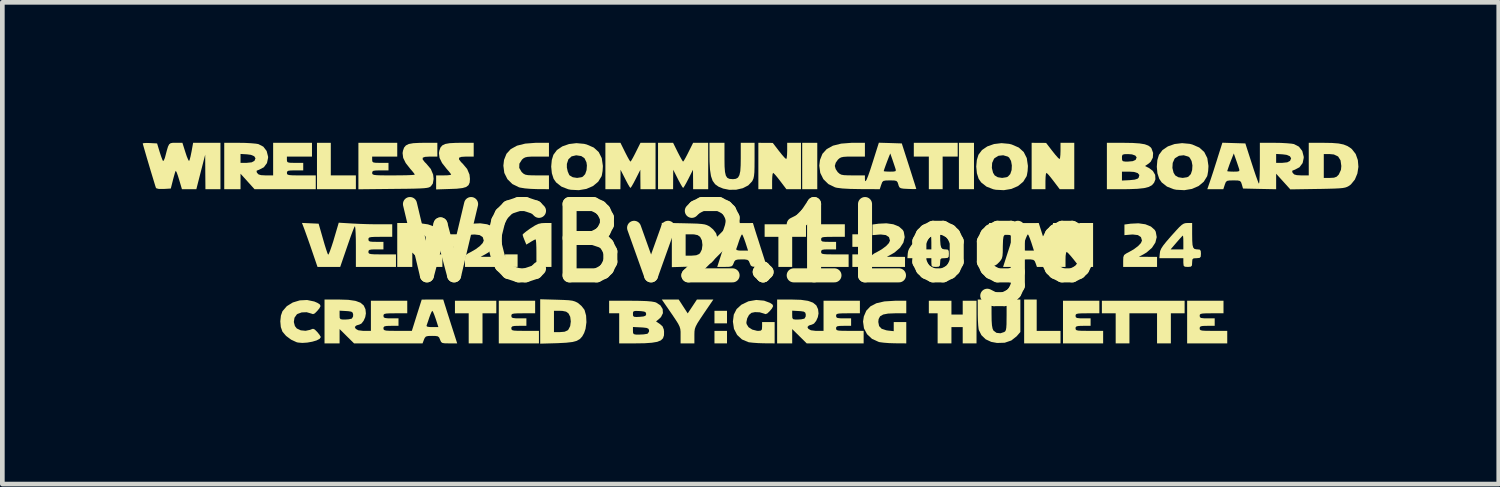
<source format=kicad_pcb>
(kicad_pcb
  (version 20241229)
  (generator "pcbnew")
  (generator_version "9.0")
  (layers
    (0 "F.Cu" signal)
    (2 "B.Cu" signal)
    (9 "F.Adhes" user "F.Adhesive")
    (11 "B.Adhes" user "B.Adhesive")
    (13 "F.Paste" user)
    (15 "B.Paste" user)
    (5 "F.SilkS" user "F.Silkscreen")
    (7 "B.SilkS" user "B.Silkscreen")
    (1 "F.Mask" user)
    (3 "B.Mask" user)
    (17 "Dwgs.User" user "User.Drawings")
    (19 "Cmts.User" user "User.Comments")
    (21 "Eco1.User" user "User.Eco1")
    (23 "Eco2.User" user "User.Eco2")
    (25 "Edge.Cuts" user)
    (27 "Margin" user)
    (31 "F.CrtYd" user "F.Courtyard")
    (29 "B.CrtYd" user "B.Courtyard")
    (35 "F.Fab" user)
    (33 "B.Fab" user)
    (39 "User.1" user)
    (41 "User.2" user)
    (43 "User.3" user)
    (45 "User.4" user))
  (footprint "WCBv2.1Logo"
    (layer "F.Cu")
    (at 12.968 2.145)
    (property "Reference" "WCBv2.1Logo" (at 0 0 0) (layer "F.SilkS") (effects (font (size 1.524 1.524) (thickness 0.3))))
    (attr board_only exclude_from_pos_files exclude_from_bom)
    (fp_poly (pts (xy -6.216 0.08) (xy -6.484 0.08) (xy -6.484 -0.188) (xy -6.216 -0.188)) (stroke (width 0) (type solid)) (fill yes) (layer "F.SilkS"))
    (fp_poly (pts (xy -6.216 0.509) (xy -6.484 0.509) (xy -6.484 0.241) (xy -6.216 0.241)) (stroke (width 0) (type solid)) (fill yes) (layer "F.SilkS"))
    (fp_poly (pts (xy -4.957 0.509) (xy -5.225 0.509) (xy -5.225 0.241) (xy -4.957 0.241)) (stroke (width 0) (type solid)) (fill yes) (layer "F.SilkS"))
    (fp_poly (pts (xy -0.482 1.715) (xy -0.75 1.715) (xy -0.75 1.447) (xy -0.482 1.447)) (stroke (width 0) (type solid)) (fill yes) (layer "F.SilkS"))
    (fp_poly (pts (xy -0.482 2.143) (xy -0.75 2.143) (xy -0.75 1.876) (xy -0.482 1.876)) (stroke (width 0) (type solid)) (fill yes) (layer "F.SilkS"))
    (fp_poly (pts (xy 1.447 -1.152) (xy 1.125 -1.152) (xy 1.125 -2.143) (xy 1.447 -2.143)) (stroke (width 0) (type solid)) (fill yes) (layer "F.SilkS"))
    (fp_poly (pts (xy 2.465 0.08) (xy 2.197 0.08) (xy 2.197 -0.188) (xy 2.465 -0.188)) (stroke (width 0) (type solid)) (fill yes) (layer "F.SilkS"))
    (fp_poly (pts (xy 2.465 0.509) (xy 2.197 0.509) (xy 2.197 0.241) (xy 2.465 0.241)) (stroke (width 0) (type solid)) (fill yes) (layer "F.SilkS"))
    (fp_poly (pts (xy 4.796 -1.152) (xy 4.474 -1.152) (xy 4.474 -2.143) (xy 4.796 -2.143)) (stroke (width 0) (type solid)) (fill yes) (layer "F.SilkS"))
    (fp_poly (pts (xy -8.949 -1.447) (xy -8.413 -1.447) (xy -8.413 -1.152) (xy -9.244 -1.152) (xy -9.244 -2.143) (xy -8.949 -2.143)) (stroke (width 0) (type solid)) (fill yes) (layer "F.SilkS"))
    (fp_poly (pts (xy 6.136 1.876) (xy 6.645 1.876) (xy 6.645 2.143) (xy 5.868 2.143) (xy 5.868 1.206) (xy 6.136 1.206)) (stroke (width 0) (type solid)) (fill yes) (layer "F.SilkS"))
    (fp_poly (pts (xy -5.412 1.5) (xy -5.707 1.5) (xy -5.707 2.143) (xy -6.002 2.143) (xy -6.002 1.5) (xy -6.296 1.5) (xy -6.296 1.232) (xy -5.412 1.232)) (stroke (width 0) (type solid)) (fill yes) (layer "F.SilkS"))
    (fp_poly (pts (xy 1.206 -0.134) (xy 0.911 -0.134) (xy 0.911 0.509) (xy 0.616 0.509) (xy 0.616 -0.134) (xy 0.322 -0.134) (xy 0.322 -0.402) (xy 1.206 -0.402)) (stroke (width 0) (type solid)) (fill yes) (layer "F.SilkS"))
    (fp_poly (pts (xy 4.448 -1.849) (xy 4.126 -1.849) (xy 4.126 -1.152) (xy 3.831 -1.152) (xy 3.831 -1.849) (xy 3.51 -1.849) (xy 3.51 -2.143) (xy 4.448 -2.143)) (stroke (width 0) (type solid)) (fill yes) (layer "F.SilkS"))
    (fp_poly (pts (xy 9.297 1.5) (xy 9.003 1.5) (xy 9.003 2.143) (xy 8.708 2.143) (xy 8.708 1.5) (xy 8.118 1.5) (xy 8.118 2.143) (xy 7.824 2.143) (xy 7.824 1.5) (xy 7.529 1.5) (xy 7.529 1.232) (xy 9.297 1.232)) (stroke (width 0) (type solid)) (fill yes) (layer "F.SilkS"))
    (fp_poly (pts (xy 4.314 1.527) (xy 4.555 1.527) (xy 4.555 1.232) (xy 4.85 1.232) (xy 4.85 2.143) (xy 4.555 2.143) (xy 4.555 1.795) (xy 4.314 1.795) (xy 4.314 2.143) (xy 4.019 2.143) (xy 4.019 1.5) (xy 3.831 1.5) (xy 3.831 1.232) (xy 4.314 1.232)) (stroke (width 0) (type solid)) (fill yes) (layer "F.SilkS"))
    (fp_poly (pts (xy -4.233 0.509) (xy -4.555 0.509) (xy -4.555 0.214) (xy -4.556 0.096) (xy -4.56 0.000202) (xy -4.566 -0.062) (xy -4.572 -0.08) (xy -4.603 -0.068) (xy -4.661 -0.035) (xy -4.679 -0.024) (xy -4.77 0.032) (xy -4.81 -0.064) (xy -4.836 -0.13) (xy -4.849 -0.175) (xy -4.85 -0.18) (xy -4.829 -0.204) (xy -4.774 -0.249) (xy -4.697 -0.305) (xy -4.682 -0.315) (xy -4.586 -0.376) (xy -4.513 -0.411) (xy -4.443 -0.426) (xy -4.374 -0.429) (xy -4.233 -0.429)) (stroke (width 0) (type solid)) (fill yes) (layer "F.SilkS"))
    (fp_poly (pts (xy 1.099 -1.152) (xy 0.787 -1.152) (xy 0.655 -1.326) (xy 0.592 -1.407) (xy 0.54 -1.468) (xy 0.507 -1.499) (xy 0.503 -1.5) (xy 0.492 -1.476) (xy 0.485 -1.412) (xy 0.482 -1.326) (xy 0.482 -1.152) (xy 0.188 -1.152) (xy 0.188 -2.143) (xy 0.496 -2.141) (xy 0.629 -1.968) (xy 0.693 -1.888) (xy 0.746 -1.828) (xy 0.779 -1.797) (xy 0.783 -1.795) (xy 0.794 -1.82) (xy 0.801 -1.884) (xy 0.804 -1.969) (xy 0.804 -2.143) (xy 1.099 -2.143)) (stroke (width 0) (type solid)) (fill yes) (layer "F.SilkS"))
    (fp_poly (pts (xy 6.939 -1.152) (xy 6.628 -1.152) (xy 6.496 -1.326) (xy 6.433 -1.407) (xy 6.381 -1.468) (xy 6.348 -1.499) (xy 6.344 -1.5) (xy 6.333 -1.476) (xy 6.326 -1.412) (xy 6.323 -1.326) (xy 6.323 -1.152) (xy 6.028 -1.152) (xy 6.028 -2.143) (xy 6.183 -2.142) (xy 6.337 -2.141) (xy 6.47 -1.968) (xy 6.534 -1.888) (xy 6.587 -1.828) (xy 6.62 -1.797) (xy 6.624 -1.795) (xy 6.635 -1.82) (xy 6.642 -1.884) (xy 6.645 -1.969) (xy 6.645 -2.143) (xy 6.939 -2.143)) (stroke (width 0) (type solid)) (fill yes) (layer "F.SilkS"))
    (fp_poly (pts (xy -0.977 1.504) (xy -1.058 1.625) (xy -1.114 1.712) (xy -1.149 1.778) (xy -1.169 1.833) (xy -1.177 1.887) (xy -1.179 1.953) (xy -1.179 1.973) (xy -1.179 2.143) (xy -1.474 2.143) (xy -1.474 1.967) (xy -1.474 1.894) (xy -1.48 1.836) (xy -1.496 1.783) (xy -1.526 1.722) (xy -1.576 1.643) (xy -1.649 1.534) (xy -1.674 1.498) (xy -1.875 1.206) (xy -1.694 1.206) (xy -1.514 1.206) (xy -1.418 1.354) (xy -1.322 1.502) (xy -1.223 1.354) (xy -1.125 1.206) (xy -0.774 1.206)) (stroke (width 0) (type solid)) (fill yes) (layer "F.SilkS"))
    (fp_poly (pts (xy -4.582 1.5) (xy -4.836 1.5) (xy -4.954 1.501) (xy -5.029 1.505) (xy -5.07 1.514) (xy -5.087 1.53) (xy -5.091 1.554) (xy -5.085 1.584) (xy -5.059 1.6) (xy -5.001 1.607) (xy -4.93 1.608) (xy -4.769 1.608) (xy -4.769 1.768) (xy -4.93 1.768) (xy -5.02 1.77) (xy -5.068 1.779) (xy -5.088 1.798) (xy -5.091 1.822) (xy -5.087 1.845) (xy -5.071 1.861) (xy -5.032 1.87) (xy -4.962 1.874) (xy -4.852 1.875) (xy -4.796 1.876) (xy -4.501 1.876) (xy -4.501 2.143) (xy -5.359 2.143) (xy -5.359 1.232) (xy -4.582 1.232)) (stroke (width 0) (type solid)) (fill yes) (layer "F.SilkS"))
    (fp_poly (pts (xy 2.036 -0.134) (xy 1.782 -0.134) (xy 1.663 -0.133) (xy 1.589 -0.129) (xy 1.548 -0.12) (xy 1.531 -0.104) (xy 1.527 -0.08) (xy 1.533 -0.05) (xy 1.559 -0.034) (xy 1.617 -0.028) (xy 1.688 -0.027) (xy 1.849 -0.027) (xy 1.849 0.134) (xy 1.688 0.134) (xy 1.598 0.136) (xy 1.55 0.145) (xy 1.53 0.164) (xy 1.527 0.188) (xy 1.531 0.211) (xy 1.547 0.226) (xy 1.586 0.235) (xy 1.656 0.24) (xy 1.766 0.241) (xy 1.822 0.241) (xy 2.117 0.241) (xy 2.117 0.509) (xy 1.259 0.509) (xy 1.259 -0.402) (xy 2.036 -0.402)) (stroke (width 0) (type solid)) (fill yes) (layer "F.SilkS"))
    (fp_poly (pts (xy 7.475 1.5) (xy 7.221 1.5) (xy 7.102 1.501) (xy 7.028 1.505) (xy 6.987 1.514) (xy 6.97 1.53) (xy 6.966 1.554) (xy 6.972 1.584) (xy 6.998 1.6) (xy 7.056 1.607) (xy 7.127 1.608) (xy 7.288 1.608) (xy 7.288 1.768) (xy 7.127 1.768) (xy 7.037 1.77) (xy 6.989 1.779) (xy 6.969 1.798) (xy 6.966 1.822) (xy 6.97 1.845) (xy 6.986 1.861) (xy 7.025 1.87) (xy 7.095 1.874) (xy 7.205 1.875) (xy 7.261 1.876) (xy 7.556 1.876) (xy 7.556 2.143) (xy 6.698 2.143) (xy 6.698 1.232) (xy 7.475 1.232)) (stroke (width 0) (type solid)) (fill yes) (layer "F.SilkS"))
    (fp_poly (pts (xy 10.128 1.5) (xy 9.873 1.5) (xy 9.755 1.501) (xy 9.68 1.505) (xy 9.639 1.514) (xy 9.622 1.53) (xy 9.619 1.554) (xy 9.625 1.584) (xy 9.65 1.6) (xy 9.708 1.607) (xy 9.78 1.608) (xy 9.94 1.608) (xy 9.94 1.768) (xy 9.78 1.768) (xy 9.69 1.77) (xy 9.641 1.779) (xy 9.622 1.798) (xy 9.619 1.822) (xy 9.622 1.845) (xy 9.639 1.861) (xy 9.677 1.87) (xy 9.747 1.874) (xy 9.858 1.875) (xy 9.914 1.876) (xy 10.208 1.876) (xy 10.208 2.143) (xy 9.351 2.143) (xy 9.351 1.232) (xy 10.128 1.232)) (stroke (width 0) (type solid)) (fill yes) (layer "F.SilkS"))
    (fp_poly (pts (xy -5.608 -0.402) (xy -5.49 -0.354) (xy -5.408 -0.282) (xy -5.386 -0.243) (xy -5.366 -0.128) (xy -5.394 -0.011) (xy -5.467 0.101) (xy -5.581 0.2) (xy -5.652 0.242) (xy -5.747 0.292) (xy -5.359 0.295) (xy -5.359 0.509) (xy -6.082 0.509) (xy -6.082 0.38) (xy -6.079 0.301) (xy -6.062 0.255) (xy -6.018 0.222) (xy -5.967 0.196) (xy -5.857 0.133) (xy -5.765 0.065) (xy -5.703 -0.000488) (xy -5.68 -0.054) (xy -5.702 -0.128) (xy -5.768 -0.171) (xy -5.876 -0.184) (xy -5.913 -0.182) (xy -6.055 -0.17) (xy -6.055 -0.397) (xy -5.922 -0.415) (xy -5.755 -0.423)) (stroke (width 0) (type solid)) (fill yes) (layer "F.SilkS"))
    (fp_poly (pts (xy -2.66 -1.943) (xy -2.613 -1.851) (xy -2.574 -1.781) (xy -2.549 -1.744) (xy -2.545 -1.742) (xy -2.527 -1.764) (xy -2.493 -1.823) (xy -2.448 -1.909) (xy -2.431 -1.943) (xy -2.331 -2.143) (xy -2.009 -2.143) (xy -2.009 -1.152) (xy -2.331 -1.152) (xy -2.333 -1.36) (xy -2.334 -1.567) (xy -2.432 -1.373) (xy -2.479 -1.283) (xy -2.518 -1.215) (xy -2.542 -1.181) (xy -2.545 -1.179) (xy -2.564 -1.201) (xy -2.599 -1.26) (xy -2.644 -1.345) (xy -2.658 -1.373) (xy -2.757 -1.567) (xy -2.758 -1.36) (xy -2.76 -1.152) (xy -3.081 -1.152) (xy -3.081 -2.143) (xy -2.759 -2.143)) (stroke (width 0) (type solid)) (fill yes) (layer "F.SilkS"))
    (fp_poly (pts (xy -1.535 -1.943) (xy -1.487 -1.851) (xy -1.448 -1.781) (xy -1.424 -1.744) (xy -1.42 -1.742) (xy -1.402 -1.764) (xy -1.368 -1.823) (xy -1.323 -1.909) (xy -1.306 -1.943) (xy -1.206 -2.143) (xy -0.884 -2.143) (xy -0.884 -1.152) (xy -1.206 -1.152) (xy -1.207 -1.36) (xy -1.209 -1.567) (xy -1.307 -1.373) (xy -1.354 -1.283) (xy -1.393 -1.215) (xy -1.417 -1.181) (xy -1.42 -1.179) (xy -1.438 -1.201) (xy -1.473 -1.26) (xy -1.519 -1.345) (xy -1.533 -1.373) (xy -1.631 -1.567) (xy -1.633 -1.36) (xy -1.634 -1.152) (xy -1.956 -1.152) (xy -1.956 -2.143) (xy -1.634 -2.143)) (stroke (width 0) (type solid)) (fill yes) (layer "F.SilkS"))
    (fp_poly (pts (xy 3.073 -0.402) (xy 3.192 -0.354) (xy 3.273 -0.282) (xy 3.295 -0.243) (xy 3.315 -0.128) (xy 3.287 -0.011) (xy 3.214 0.101) (xy 3.1 0.2) (xy 3.029 0.242) (xy 2.934 0.292) (xy 3.322 0.295) (xy 3.322 0.509) (xy 2.599 0.509) (xy 2.599 0.38) (xy 2.602 0.301) (xy 2.619 0.255) (xy 2.663 0.222) (xy 2.714 0.196) (xy 2.824 0.133) (xy 2.916 0.065) (xy 2.978 -0.000488) (xy 3.001 -0.054) (xy 2.979 -0.128) (xy 2.913 -0.171) (xy 2.805 -0.184) (xy 2.768 -0.182) (xy 2.626 -0.17) (xy 2.626 -0.397) (xy 2.759 -0.415) (xy 2.926 -0.423)) (stroke (width 0) (type solid)) (fill yes) (layer "F.SilkS"))
    (fp_poly (pts (xy 8.459 -0.402) (xy 8.577 -0.354) (xy 8.658 -0.282) (xy 8.68 -0.243) (xy 8.701 -0.128) (xy 8.672 -0.011) (xy 8.599 0.101) (xy 8.485 0.2) (xy 8.415 0.242) (xy 8.319 0.292) (xy 8.708 0.295) (xy 8.708 0.509) (xy 7.984 0.509) (xy 7.984 0.38) (xy 7.987 0.301) (xy 8.004 0.255) (xy 8.049 0.222) (xy 8.099 0.196) (xy 8.21 0.133) (xy 8.301 0.065) (xy 8.363 -0.000488) (xy 8.386 -0.054) (xy 8.364 -0.128) (xy 8.299 -0.171) (xy 8.19 -0.184) (xy 8.154 -0.182) (xy 8.011 -0.17) (xy 8.011 -0.397) (xy 8.145 -0.415) (xy 8.312 -0.423)) (stroke (width 0) (type solid)) (fill yes) (layer "F.SilkS"))
    (fp_poly (pts (xy 3.349 1.5) (xy 3.111 1.5) (xy 2.96 1.506) (xy 2.856 1.526) (xy 2.79 1.564) (xy 2.758 1.623) (xy 2.751 1.685) (xy 2.768 1.773) (xy 2.823 1.831) (xy 2.921 1.863) (xy 2.958 1.869) (xy 3.081 1.882) (xy 3.081 1.688) (xy 3.349 1.688) (xy 3.349 2.143) (xy 3.101 2.141) (xy 2.979 2.137) (xy 2.866 2.128) (xy 2.782 2.117) (xy 2.761 2.112) (xy 2.617 2.047) (xy 2.511 1.947) (xy 2.445 1.821) (xy 2.425 1.677) (xy 2.442 1.567) (xy 2.495 1.444) (xy 2.584 1.351) (xy 2.711 1.285) (xy 2.881 1.246) (xy 3.095 1.233) (xy 3.113 1.232) (xy 3.349 1.232)) (stroke (width 0) (type solid)) (fill yes) (layer "F.SilkS"))
    (fp_poly (pts (xy 5.171 1.508) (xy 5.173 1.655) (xy 5.18 1.757) (xy 5.193 1.826) (xy 5.212 1.869) (xy 5.213 1.87) (xy 5.277 1.918) (xy 5.362 1.927) (xy 5.441 1.901) (xy 5.463 1.885) (xy 5.477 1.858) (xy 5.486 1.81) (xy 5.491 1.732) (xy 5.492 1.614) (xy 5.493 1.54) (xy 5.493 1.206) (xy 5.787 1.206) (xy 5.787 1.9) (xy 5.707 1.992) (xy 5.594 2.081) (xy 5.453 2.129) (xy 5.289 2.134) (xy 5.164 2.111) (xy 5.046 2.056) (xy 4.954 1.967) (xy 4.899 1.856) (xy 4.894 1.83) (xy 4.886 1.758) (xy 4.88 1.65) (xy 4.877 1.526) (xy 4.877 1.467) (xy 4.876 1.206) (xy 5.171 1.206)) (stroke (width 0) (type solid)) (fill yes) (layer "F.SilkS"))
    (fp_poly (pts (xy 5.466 -0.295) (xy 5.461 -0.218) (xy 5.449 -0.17) (xy 5.439 -0.161) (xy 5.426 -0.135) (xy 5.417 -0.065) (xy 5.413 0.04) (xy 5.412 0.08) (xy 5.411 0.197) (xy 5.405 0.274) (xy 5.392 0.327) (xy 5.367 0.369) (xy 5.335 0.407) (xy 5.287 0.454) (xy 5.238 0.482) (xy 5.17 0.496) (xy 5.081 0.504) (xy 4.903 0.515) (xy 4.903 0.378) (xy 4.906 0.297) (xy 4.917 0.256) (xy 4.942 0.242) (xy 4.959 0.241) (xy 5.029 0.228) (xy 5.066 0.213) (xy 5.088 0.196) (xy 5.103 0.168) (xy 5.112 0.117) (xy 5.116 0.035) (xy 5.117 -0.089) (xy 5.118 -0.122) (xy 5.118 -0.429) (xy 5.466 -0.429)) (stroke (width 0) (type solid)) (fill yes) (layer "F.SilkS"))
    (fp_poly (pts (xy -4.287 -1.849) (xy -4.543 -1.849) (xy -4.664 -1.848) (xy -4.744 -1.843) (xy -4.796 -1.831) (xy -4.834 -1.81) (xy -4.864 -1.783) (xy -4.919 -1.697) (xy -4.922 -1.607) (xy -4.872 -1.521) (xy -4.864 -1.513) (xy -4.829 -1.482) (xy -4.79 -1.462) (xy -4.735 -1.452) (xy -4.649 -1.448) (xy -4.543 -1.447) (xy -4.287 -1.447) (xy -4.287 -1.152) (xy -4.548 -1.154) (xy -4.677 -1.159) (xy -4.799 -1.169) (xy -4.896 -1.185) (xy -4.926 -1.192) (xy -5.069 -1.262) (xy -5.175 -1.367) (xy -5.241 -1.5) (xy -5.261 -1.655) (xy -5.247 -1.777) (xy -5.195 -1.908) (xy -5.103 -2.009) (xy -4.97 -2.082) (xy -4.794 -2.126) (xy -4.573 -2.143) (xy -4.537 -2.143) (xy -4.287 -2.143)) (stroke (width 0) (type solid)) (fill yes) (layer "F.SilkS"))
    (fp_poly (pts (xy -5.895 -1.849) (xy -6.055 -1.849) (xy -6.157 -1.843) (xy -6.207 -1.825) (xy -6.209 -1.789) (xy -6.165 -1.731) (xy -6.133 -1.7) (xy -6.035 -1.584) (xy -5.985 -1.465) (xy -5.975 -1.372) (xy -5.981 -1.294) (xy -6.006 -1.238) (xy -6.055 -1.2) (xy -6.137 -1.176) (xy -6.259 -1.162) (xy -6.393 -1.157) (xy -6.698 -1.147) (xy -6.698 -1.447) (xy -6.538 -1.447) (xy -6.453 -1.449) (xy -6.395 -1.456) (xy -6.377 -1.464) (xy -6.393 -1.491) (xy -6.436 -1.544) (xy -6.472 -1.585) (xy -6.571 -1.711) (xy -6.625 -1.821) (xy -6.638 -1.924) (xy -6.629 -1.975) (xy -6.606 -2.041) (xy -6.567 -2.087) (xy -6.505 -2.118) (xy -6.41 -2.135) (xy -6.276 -2.142) (xy -6.183 -2.143) (xy -5.895 -2.143)) (stroke (width 0) (type solid)) (fill yes) (layer "F.SilkS"))
    (fp_poly (pts (xy -0.536 -1.799) (xy -0.534 -1.637) (xy -0.525 -1.521) (xy -0.507 -1.443) (xy -0.477 -1.396) (xy -0.431 -1.373) (xy -0.366 -1.367) (xy -0.354 -1.366) (xy -0.292 -1.374) (xy -0.247 -1.4) (xy -0.217 -1.453) (xy -0.198 -1.538) (xy -0.19 -1.664) (xy -0.188 -1.815) (xy -0.188 -2.143) (xy 0.107 -2.143) (xy 0.107 -1.775) (xy 0.106 -1.623) (xy 0.103 -1.513) (xy 0.095 -1.436) (xy 0.083 -1.381) (xy 0.064 -1.337) (xy 0.053 -1.318) (xy -0.028 -1.233) (xy -0.145 -1.173) (xy -0.285 -1.141) (xy -0.435 -1.139) (xy -0.564 -1.165) (xy -0.662 -1.205) (xy -0.735 -1.257) (xy -0.789 -1.331) (xy -0.824 -1.431) (xy -0.845 -1.567) (xy -0.855 -1.745) (xy -0.856 -1.855) (xy -0.857 -2.143) (xy -0.536 -2.143)) (stroke (width 0) (type solid)) (fill yes) (layer "F.SilkS"))
    (fp_poly (pts (xy -4.119 1.21) (xy -3.97 1.215) (xy -3.863 1.221) (xy -3.787 1.231) (xy -3.732 1.247) (xy -3.685 1.269) (xy -3.667 1.28) (xy -3.593 1.342) (xy -3.534 1.417) (xy -3.526 1.431) (xy -3.493 1.549) (xy -3.486 1.691) (xy -3.505 1.832) (xy -3.535 1.921) (xy -3.576 1.995) (xy -3.626 2.05) (xy -3.694 2.089) (xy -3.789 2.114) (xy -3.92 2.129) (xy -4.094 2.138) (xy -4.119 2.139) (xy -4.474 2.149) (xy -4.474 1.902) (xy -4.18 1.902) (xy -4.05 1.902) (xy -3.953 1.894) (xy -3.89 1.866) (xy -3.872 1.849) (xy -3.833 1.773) (xy -3.82 1.674) (xy -3.832 1.576) (xy -3.869 1.503) (xy -3.921 1.465) (xy -3.998 1.449) (xy -4.05 1.447) (xy -4.18 1.447) (xy -4.18 1.902) (xy -4.474 1.902) (xy -4.474 1.2)) (stroke (width 0) (type solid)) (fill yes) (layer "F.SilkS"))
    (fp_poly (pts (xy -1.413 -0.424) (xy -1.243 -0.42) (xy -1.117 -0.416) (xy -1.027 -0.409) (xy -0.962 -0.4) (xy -0.915 -0.386) (xy -0.875 -0.367) (xy -0.854 -0.355) (xy -0.779 -0.293) (xy -0.721 -0.218) (xy -0.713 -0.203) (xy -0.679 -0.085) (xy -0.673 0.056) (xy -0.692 0.198) (xy -0.722 0.286) (xy -0.763 0.361) (xy -0.813 0.416) (xy -0.881 0.454) (xy -0.976 0.48) (xy -1.106 0.495) (xy -1.28 0.504) (xy -1.306 0.504) (xy -1.661 0.514) (xy -1.661 0.268) (xy -1.366 0.268) (xy -1.237 0.268) (xy -1.139 0.26) (xy -1.077 0.232) (xy -1.058 0.214) (xy -1.02 0.138) (xy -1.007 0.04) (xy -1.019 -0.059) (xy -1.056 -0.131) (xy -1.108 -0.17) (xy -1.185 -0.186) (xy -1.237 -0.188) (xy -1.366 -0.188) (xy -1.366 0.268) (xy -1.661 0.268) (xy -1.661 -0.161) (xy -1.876 -0.161) (xy -1.876 -0.433)) (stroke (width 0) (type solid)) (fill yes) (layer "F.SilkS"))
    (fp_poly (pts (xy 0.31 1.23) (xy 0.435 1.276) (xy 0.489 1.311) (xy 0.504 1.346) (xy 0.479 1.396) (xy 0.434 1.45) (xy 0.381 1.502) (xy 0.343 1.518) (xy 0.302 1.504) (xy 0.301 1.504) (xy 0.217 1.479) (xy 0.115 1.475) (xy 0.041 1.49) (xy -0.012 1.535) (xy -0.051 1.609) (xy -0.068 1.692) (xy -0.064 1.729) (xy -0.022 1.797) (xy 0.057 1.848) (xy 0.158 1.874) (xy 0.186 1.876) (xy 0.241 1.87) (xy 0.264 1.844) (xy 0.268 1.782) (xy 0.268 1.688) (xy 0.536 1.688) (xy 0.536 2.143) (xy 0.301 2.141) (xy 0.182 2.137) (xy 0.072 2.129) (xy -0.008 2.12) (xy -0.024 2.117) (xy -0.162 2.059) (xy -0.266 1.962) (xy -0.333 1.833) (xy -0.356 1.677) (xy -0.356 1.676) (xy -0.337 1.528) (xy -0.277 1.41) (xy -0.175 1.317) (xy -0.024 1.244) (xy 0.143 1.215)) (stroke (width 0) (type solid)) (fill yes) (layer "F.SilkS"))
    (fp_poly (pts (xy -7.022 -0.422) (xy -6.871 -0.4) (xy -6.762 -0.361) (xy -6.692 -0.302) (xy -6.654 -0.221) (xy -6.645 -0.132) (xy -6.659 -0.051) (xy -6.694 0.027) (xy -6.741 0.085) (xy -6.787 0.108) (xy -6.837 0.121) (xy -6.857 0.132) (xy -6.883 0.166) (xy -6.865 0.199) (xy -6.81 0.226) (xy -6.727 0.24) (xy -6.695 0.241) (xy -6.564 0.241) (xy -6.564 0.509) (xy -6.898 0.509) (xy -7.053 0.356) (xy -7.207 0.203) (xy -7.207 0.509) (xy -7.529 0.509) (xy -7.529 -0.19) (xy -7.207 -0.19) (xy -7.207 -0.095) (xy -7.205 -0.036) (xy -7.186 -0.008) (xy -7.137 -0.001) (xy -7.094 -0.00041) (xy -7.014 -0.006) (xy -6.954 -0.019) (xy -6.944 -0.024) (xy -6.919 -0.065) (xy -6.917 -0.11) (xy -6.928 -0.148) (xy -6.958 -0.169) (xy -7.02 -0.179) (xy -7.067 -0.182) (xy -7.207 -0.19) (xy -7.529 -0.19) (xy -7.529 -0.429) (xy -7.22 -0.429)) (stroke (width 0) (type solid)) (fill yes) (layer "F.SilkS"))
    (fp_poly (pts (xy -9.302 1.248) (xy -9.237 1.276) (xy -9.183 1.311) (xy -9.168 1.346) (xy -9.194 1.396) (xy -9.239 1.45) (xy -9.291 1.502) (xy -9.329 1.518) (xy -9.371 1.504) (xy -9.371 1.504) (xy -9.465 1.477) (xy -9.571 1.481) (xy -9.661 1.514) (xy -9.675 1.524) (xy -9.725 1.595) (xy -9.739 1.686) (xy -9.716 1.773) (xy -9.675 1.825) (xy -9.591 1.864) (xy -9.487 1.874) (xy -9.388 1.853) (xy -9.371 1.845) (xy -9.329 1.831) (xy -9.291 1.847) (xy -9.239 1.899) (xy -9.239 1.899) (xy -9.192 1.957) (xy -9.165 2.001) (xy -9.163 2.009) (xy -9.188 2.046) (xy -9.253 2.08) (xy -9.345 2.107) (xy -9.451 2.126) (xy -9.557 2.133) (xy -9.651 2.125) (xy -9.682 2.117) (xy -9.798 2.063) (xy -9.905 1.983) (xy -9.981 1.894) (xy -9.982 1.893) (xy -10.017 1.794) (xy -10.028 1.671) (xy -10.015 1.549) (xy -9.982 1.456) (xy -9.888 1.347) (xy -9.761 1.269) (xy -9.612 1.224) (xy -9.455 1.216)) (stroke (width 0) (type solid)) (fill yes) (layer "F.SilkS"))
    (fp_poly (pts (xy 5.548 -2.121) (xy 5.603 -2.107) (xy 5.753 -2.042) (xy 5.859 -1.946) (xy 5.924 -1.817) (xy 5.948 -1.653) (xy 5.948 -1.634) (xy 5.942 -1.539) (xy 5.927 -1.453) (xy 5.92 -1.428) (xy 5.848 -1.311) (xy 5.737 -1.219) (xy 5.596 -1.158) (xy 5.434 -1.131) (xy 5.261 -1.14) (xy 5.207 -1.151) (xy 5.063 -1.207) (xy 4.95 -1.296) (xy 4.896 -1.373) (xy 4.858 -1.492) (xy 4.847 -1.607) (xy 5.178 -1.607) (xy 5.203 -1.504) (xy 5.239 -1.446) (xy 5.305 -1.407) (xy 5.397 -1.393) (xy 5.489 -1.407) (xy 5.52 -1.42) (xy 5.571 -1.475) (xy 5.6 -1.561) (xy 5.605 -1.66) (xy 5.588 -1.754) (xy 5.548 -1.826) (xy 5.52 -1.848) (xy 5.42 -1.877) (xy 5.319 -1.866) (xy 5.237 -1.816) (xy 5.224 -1.802) (xy 5.184 -1.714) (xy 5.178 -1.607) (xy 4.847 -1.607) (xy 4.844 -1.634) (xy 4.857 -1.777) (xy 4.891 -1.887) (xy 4.967 -1.989) (xy 5.082 -2.067) (xy 5.225 -2.117) (xy 5.384 -2.136)) (stroke (width 0) (type solid)) (fill yes) (layer "F.SilkS"))
    (fp_poly (pts (xy 9.406 -2.121) (xy 9.461 -2.107) (xy 9.611 -2.042) (xy 9.717 -1.946) (xy 9.782 -1.817) (xy 9.806 -1.653) (xy 9.806 -1.634) (xy 9.8 -1.539) (xy 9.785 -1.453) (xy 9.778 -1.428) (xy 9.706 -1.311) (xy 9.595 -1.219) (xy 9.454 -1.158) (xy 9.292 -1.131) (xy 9.119 -1.14) (xy 9.065 -1.151) (xy 8.921 -1.207) (xy 8.808 -1.296) (xy 8.755 -1.373) (xy 8.716 -1.492) (xy 8.705 -1.607) (xy 9.036 -1.607) (xy 9.061 -1.504) (xy 9.097 -1.446) (xy 9.164 -1.407) (xy 9.255 -1.393) (xy 9.347 -1.407) (xy 9.378 -1.42) (xy 9.43 -1.475) (xy 9.458 -1.561) (xy 9.464 -1.66) (xy 9.446 -1.754) (xy 9.406 -1.826) (xy 9.378 -1.848) (xy 9.278 -1.877) (xy 9.177 -1.866) (xy 9.095 -1.816) (xy 9.082 -1.802) (xy 9.043 -1.714) (xy 9.036 -1.607) (xy 8.705 -1.607) (xy 8.703 -1.634) (xy 8.715 -1.777) (xy 8.749 -1.887) (xy 8.825 -1.989) (xy 8.94 -2.067) (xy 9.083 -2.117) (xy 9.242 -2.136)) (stroke (width 0) (type solid)) (fill yes) (layer "F.SilkS"))
    (fp_poly (pts (xy -3.535 -2.121) (xy -3.48 -2.107) (xy -3.33 -2.042) (xy -3.224 -1.946) (xy -3.159 -1.817) (xy -3.135 -1.653) (xy -3.135 -1.634) (xy -3.141 -1.539) (xy -3.156 -1.453) (xy -3.163 -1.428) (xy -3.235 -1.311) (xy -3.346 -1.219) (xy -3.487 -1.158) (xy -3.649 -1.131) (xy -3.822 -1.14) (xy -3.876 -1.151) (xy -4.02 -1.207) (xy -4.133 -1.296) (xy -4.187 -1.373) (xy -4.225 -1.492) (xy -4.239 -1.634) (xy -4.234 -1.692) (xy -3.904 -1.692) (xy -3.904 -1.613) (xy -3.885 -1.528) (xy -3.854 -1.458) (xy -3.844 -1.446) (xy -3.777 -1.407) (xy -3.686 -1.393) (xy -3.594 -1.407) (xy -3.563 -1.42) (xy -3.513 -1.474) (xy -3.483 -1.56) (xy -3.476 -1.661) (xy -3.486 -1.728) (xy -3.527 -1.813) (xy -3.596 -1.86) (xy -3.702 -1.876) (xy -3.707 -1.876) (xy -3.804 -1.853) (xy -3.872 -1.79) (xy -3.904 -1.692) (xy -4.234 -1.692) (xy -4.226 -1.777) (xy -4.192 -1.887) (xy -4.116 -1.989) (xy -4.001 -2.067) (xy -3.858 -2.117) (xy -3.699 -2.136)) (stroke (width 0) (type solid)) (fill yes) (layer "F.SilkS"))
    (fp_poly (pts (xy 0.103 -0.328) (xy 0.122 -0.266) (xy 0.154 -0.165) (xy 0.195 -0.039) (xy 0.239 0.101) (xy 0.252 0.141) (xy 0.37 0.509) (xy 0.201 0.509) (xy 0.108 0.508) (xy 0.055 0.499) (xy 0.026 0.479) (xy 0.008 0.439) (xy 0.004 0.429) (xy -0.016 0.382) (xy -0.046 0.358) (xy -0.101 0.349) (xy -0.167 0.348) (xy -0.251 0.351) (xy -0.298 0.363) (xy -0.325 0.392) (xy -0.34 0.429) (xy -0.36 0.473) (xy -0.388 0.497) (xy -0.438 0.507) (xy -0.527 0.509) (xy -0.531 0.509) (xy -0.691 0.509) (xy -0.568 0.127) (xy -0.285 0.127) (xy -0.277 0.148) (xy -0.227 0.159) (xy -0.165 0.161) (xy -0.032 0.161) (xy -0.088 -0.013) (xy -0.119 -0.1) (xy -0.145 -0.163) (xy -0.161 -0.188) (xy -0.161 -0.188) (xy -0.178 -0.164) (xy -0.204 -0.105) (xy -0.225 -0.047) (xy -0.253 0.038) (xy -0.276 0.103) (xy -0.285 0.127) (xy -0.568 0.127) (xy -0.54 0.041) (xy -0.389 -0.427) (xy -0.158 -0.428) (xy 0.072 -0.429)) (stroke (width 0) (type solid)) (fill yes) (layer "F.SilkS"))
    (fp_poly (pts (xy 4.073 -0.19) (xy 4.074 -0.053) (xy 4.081 0.039) (xy 4.096 0.095) (xy 4.122 0.124) (xy 4.161 0.133) (xy 4.183 0.134) (xy 4.235 0.139) (xy 4.256 0.167) (xy 4.26 0.228) (xy 4.256 0.291) (xy 4.233 0.316) (xy 4.173 0.322) (xy 4.166 0.322) (xy 4.103 0.326) (xy 4.078 0.349) (xy 4.073 0.408) (xy 4.073 0.415) (xy 4.068 0.478) (xy 4.045 0.504) (xy 3.986 0.509) (xy 3.979 0.509) (xy 3.916 0.505) (xy 3.89 0.482) (xy 3.885 0.422) (xy 3.885 0.415) (xy 3.885 0.322) (xy 3.373 0.322) (xy 3.381 0.218) (xy 3.39 0.168) (xy 3.404 0.134) (xy 3.613 0.134) (xy 3.885 0.134) (xy 3.885 -0.013) (xy 3.883 -0.094) (xy 3.879 -0.148) (xy 3.875 -0.161) (xy 3.854 -0.142) (xy 3.808 -0.092) (xy 3.746 -0.022) (xy 3.739 -0.013) (xy 3.613 0.134) (xy 3.404 0.134) (xy 3.412 0.117) (xy 3.452 0.054) (xy 3.518 -0.028) (xy 3.613 -0.139) (xy 3.63 -0.157) (xy 3.728 -0.267) (xy 3.799 -0.343) (xy 3.852 -0.39) (xy 3.894 -0.416) (xy 3.933 -0.427) (xy 3.971 -0.429) (xy 4.073 -0.429)) (stroke (width 0) (type solid)) (fill yes) (layer "F.SilkS"))
    (fp_poly (pts (xy 9.458 -0.19) (xy 9.46 -0.053) (xy 9.466 0.039) (xy 9.481 0.095) (xy 9.507 0.124) (xy 9.547 0.133) (xy 9.568 0.134) (xy 9.62 0.139) (xy 9.642 0.167) (xy 9.646 0.228) (xy 9.641 0.291) (xy 9.618 0.316) (xy 9.559 0.322) (xy 9.552 0.322) (xy 9.489 0.326) (xy 9.463 0.349) (xy 9.458 0.408) (xy 9.458 0.415) (xy 9.454 0.478) (xy 9.43 0.504) (xy 9.371 0.509) (xy 9.364 0.509) (xy 9.301 0.505) (xy 9.276 0.482) (xy 9.27 0.422) (xy 9.27 0.415) (xy 9.27 0.322) (xy 8.758 0.322) (xy 8.767 0.218) (xy 8.775 0.168) (xy 8.79 0.134) (xy 8.998 0.134) (xy 9.27 0.134) (xy 9.27 -0.013) (xy 9.269 -0.094) (xy 9.264 -0.148) (xy 9.26 -0.161) (xy 9.239 -0.142) (xy 9.193 -0.092) (xy 9.132 -0.022) (xy 9.124 -0.013) (xy 8.998 0.134) (xy 8.79 0.134) (xy 8.797 0.117) (xy 8.838 0.054) (xy 8.903 -0.028) (xy 8.999 -0.139) (xy 9.015 -0.157) (xy 9.114 -0.267) (xy 9.185 -0.343) (xy 9.237 -0.39) (xy 9.279 -0.416) (xy 9.318 -0.427) (xy 9.357 -0.429) (xy 9.458 -0.429)) (stroke (width 0) (type solid)) (fill yes) (layer "F.SilkS"))
    (fp_poly (pts (xy 7.991 -2.143) (xy 8.186 -2.14) (xy 8.335 -2.13) (xy 8.445 -2.112) (xy 8.521 -2.084) (xy 8.573 -2.045) (xy 8.589 -2.024) (xy 8.624 -1.927) (xy 8.618 -1.826) (xy 8.572 -1.738) (xy 8.532 -1.702) (xy 8.45 -1.647) (xy 8.532 -1.607) (xy 8.618 -1.543) (xy 8.668 -1.457) (xy 8.673 -1.365) (xy 8.672 -1.36) (xy 8.645 -1.291) (xy 8.6 -1.238) (xy 8.53 -1.2) (xy 8.429 -1.175) (xy 8.29 -1.16) (xy 8.107 -1.153) (xy 8.004 -1.152) (xy 7.636 -1.152) (xy 7.636 -1.337) (xy 7.958 -1.337) (xy 8.122 -1.345) (xy 8.229 -1.356) (xy 8.292 -1.376) (xy 8.315 -1.398) (xy 8.33 -1.455) (xy 8.295 -1.496) (xy 8.214 -1.521) (xy 8.115 -1.527) (xy 7.958 -1.527) (xy 7.958 -1.337) (xy 7.636 -1.337) (xy 7.636 -1.822) (xy 7.958 -1.822) (xy 7.961 -1.774) (xy 7.979 -1.75) (xy 8.027 -1.742) (xy 8.088 -1.742) (xy 8.189 -1.751) (xy 8.249 -1.778) (xy 8.252 -1.782) (xy 8.272 -1.832) (xy 8.243 -1.871) (xy 8.172 -1.896) (xy 8.088 -1.902) (xy 8.01 -1.9) (xy 7.972 -1.889) (xy 7.959 -1.86) (xy 7.958 -1.822) (xy 7.636 -1.822) (xy 7.636 -2.143)) (stroke (width 0) (type solid)) (fill yes) (layer "F.SilkS"))
    (fp_poly (pts (xy -12.057 -1.944) (xy -12.026 -1.851) (xy -11.998 -1.785) (xy -11.98 -1.755) (xy -11.977 -1.755) (xy -11.964 -1.785) (xy -11.946 -1.853) (xy -11.927 -1.946) (xy -11.925 -1.955) (xy -11.891 -2.143) (xy -11.307 -2.143) (xy -11.307 -1.152) (xy -11.628 -1.152) (xy -11.631 -1.521) (xy -11.633 -1.889) (xy -11.728 -1.521) (xy -11.822 -1.152) (xy -12.13 -1.152) (xy -12.19 -1.355) (xy -12.219 -1.448) (xy -12.244 -1.515) (xy -12.261 -1.544) (xy -12.263 -1.544) (xy -12.276 -1.514) (xy -12.296 -1.445) (xy -12.321 -1.354) (xy -12.322 -1.348) (xy -12.368 -1.166) (xy -12.521 -1.157) (xy -12.621 -1.157) (xy -12.675 -1.17) (xy -12.687 -1.184) (xy -12.701 -1.227) (xy -12.726 -1.309) (xy -12.759 -1.418) (xy -12.798 -1.546) (xy -12.838 -1.681) (xy -12.878 -1.815) (xy -12.913 -1.936) (xy -12.942 -2.036) (xy -12.961 -2.104) (xy -12.968 -2.13) (xy -12.944 -2.137) (xy -12.881 -2.14) (xy -12.815 -2.138) (xy -12.661 -2.13) (xy -12.607 -1.951) (xy -12.577 -1.859) (xy -12.551 -1.789) (xy -12.535 -1.754) (xy -12.534 -1.754) (xy -12.518 -1.766) (xy -12.496 -1.817) (xy -12.486 -1.853) (xy -12.453 -1.979) (xy -12.428 -2.062) (xy -12.403 -2.111) (xy -12.371 -2.135) (xy -12.326 -2.143) (xy -12.261 -2.143) (xy -12.12 -2.143)) (stroke (width 0) (type solid)) (fill yes) (layer "F.SilkS"))
    (fp_poly (pts (xy -9.351 -1.849) (xy -9.887 -1.849) (xy -9.887 -1.782) (xy -9.884 -1.746) (xy -9.866 -1.726) (xy -9.823 -1.717) (xy -9.741 -1.715) (xy -9.713 -1.715) (xy -9.538 -1.715) (xy -9.538 -1.554) (xy -9.713 -1.554) (xy -9.807 -1.552) (xy -9.859 -1.545) (xy -9.882 -1.528) (xy -9.887 -1.5) (xy -9.883 -1.477) (xy -9.868 -1.462) (xy -9.83 -1.453) (xy -9.762 -1.448) (xy -9.654 -1.447) (xy -9.579 -1.447) (xy -9.27 -1.447) (xy -9.27 -1.152) (xy -10.579 -1.152) (xy -10.728 -1.317) (xy -10.878 -1.483) (xy -10.878 -1.152) (xy -11.226 -1.152) (xy -11.226 -1.905) (xy -10.878 -1.905) (xy -10.878 -1.715) (xy -10.747 -1.715) (xy -10.64 -1.726) (xy -10.581 -1.757) (xy -10.558 -1.812) (xy -10.585 -1.856) (xy -10.656 -1.886) (xy -10.74 -1.897) (xy -10.878 -1.905) (xy -11.226 -1.905) (xy -11.226 -2.143) (xy -10.912 -2.143) (xy -10.776 -2.141) (xy -10.651 -2.134) (xy -10.551 -2.125) (xy -10.497 -2.116) (xy -10.391 -2.061) (xy -10.32 -1.969) (xy -10.289 -1.848) (xy -10.289 -1.823) (xy -10.313 -1.71) (xy -10.379 -1.621) (xy -10.48 -1.568) (xy -10.486 -1.566) (xy -10.532 -1.548) (xy -10.534 -1.52) (xy -10.522 -1.498) (xy -10.491 -1.467) (xy -10.437 -1.452) (xy -10.346 -1.447) (xy -10.336 -1.447) (xy -10.181 -1.447) (xy -10.181 -2.143) (xy -9.351 -2.143)) (stroke (width 0) (type solid)) (fill yes) (layer "F.SilkS"))
    (fp_poly (pts (xy -7.529 -1.849) (xy -8.065 -1.849) (xy -8.065 -1.782) (xy -8.062 -1.746) (xy -8.044 -1.726) (xy -8.001 -1.717) (xy -7.919 -1.715) (xy -7.891 -1.715) (xy -7.716 -1.715) (xy -7.716 -1.554) (xy -7.891 -1.554) (xy -7.985 -1.552) (xy -8.037 -1.545) (xy -8.06 -1.528) (xy -8.065 -1.5) (xy -8.062 -1.481) (xy -8.05 -1.467) (xy -8.021 -1.457) (xy -7.967 -1.451) (xy -7.88 -1.448) (xy -7.754 -1.447) (xy -7.609 -1.447) (xy -7.46 -1.448) (xy -7.331 -1.45) (xy -7.231 -1.454) (xy -7.17 -1.459) (xy -7.154 -1.464) (xy -7.17 -1.491) (xy -7.213 -1.544) (xy -7.249 -1.585) (xy -7.348 -1.711) (xy -7.402 -1.821) (xy -7.415 -1.924) (xy -7.406 -1.975) (xy -7.383 -2.041) (xy -7.344 -2.087) (xy -7.282 -2.118) (xy -7.187 -2.135) (xy -7.053 -2.142) (xy -6.96 -2.143) (xy -6.672 -2.143) (xy -6.672 -1.849) (xy -6.832 -1.849) (xy -6.934 -1.843) (xy -6.984 -1.825) (xy -6.986 -1.789) (xy -6.942 -1.731) (xy -6.91 -1.7) (xy -6.812 -1.584) (xy -6.762 -1.465) (xy -6.752 -1.372) (xy -6.768 -1.273) (xy -6.808 -1.217) (xy -6.828 -1.201) (xy -6.855 -1.189) (xy -6.896 -1.18) (xy -6.956 -1.173) (xy -7.041 -1.168) (xy -7.159 -1.164) (xy -7.316 -1.161) (xy -7.517 -1.159) (xy -7.612 -1.158) (xy -8.359 -1.15) (xy -8.359 -2.143) (xy -7.529 -2.143)) (stroke (width 0) (type solid)) (fill yes) (layer "F.SilkS"))
    (fp_poly (pts (xy -2.351 1.234) (xy -2.204 1.239) (xy -2.098 1.248) (xy -2.025 1.261) (xy -1.997 1.27) (xy -1.906 1.33) (xy -1.857 1.409) (xy -1.851 1.497) (xy -1.892 1.58) (xy -1.924 1.612) (xy -1.998 1.674) (xy -1.917 1.729) (xy -1.859 1.78) (xy -1.833 1.845) (xy -1.827 1.894) (xy -1.829 1.973) (xy -1.85 2.034) (xy -1.896 2.079) (xy -1.973 2.11) (xy -2.087 2.129) (xy -2.242 2.14) (xy -2.445 2.143) (xy -2.458 2.143) (xy -2.786 2.143) (xy -2.786 1.793) (xy -2.492 1.793) (xy -2.492 1.874) (xy -2.489 1.922) (xy -2.472 1.946) (xy -2.428 1.955) (xy -2.351 1.955) (xy -2.264 1.951) (xy -2.196 1.94) (xy -2.174 1.932) (xy -2.148 1.89) (xy -2.148 1.859) (xy -2.162 1.83) (xy -2.2 1.813) (xy -2.272 1.804) (xy -2.325 1.801) (xy -2.492 1.793) (xy -2.786 1.793) (xy -2.786 1.514) (xy -2.492 1.514) (xy -2.489 1.554) (xy -2.47 1.574) (xy -2.422 1.579) (xy -2.351 1.576) (xy -2.268 1.568) (xy -2.225 1.553) (xy -2.211 1.527) (xy -2.21 1.514) (xy -2.218 1.482) (xy -2.25 1.464) (xy -2.318 1.454) (xy -2.351 1.452) (xy -2.433 1.449) (xy -2.475 1.456) (xy -2.49 1.479) (xy -2.492 1.514) (xy -2.786 1.514) (xy -2.786 1.5) (xy -3.001 1.5) (xy -3.001 1.232) (xy -2.544 1.232)) (stroke (width 0) (type solid)) (fill yes) (layer "F.SilkS"))
    (fp_poly (pts (xy 7.047 -0.072) (xy 7.047 -0.429) (xy 7.341 -0.429) (xy 7.341 0.509) (xy 7.05 0.509) (xy 6.924 0.348) (xy 6.861 0.272) (xy 6.809 0.215) (xy 6.777 0.188) (xy 6.775 0.188) (xy 6.763 0.212) (xy 6.754 0.275) (xy 6.752 0.348) (xy 6.752 0.509) (xy 6.141 0.509) (xy 6.113 0.429) (xy 6.093 0.382) (xy 6.063 0.358) (xy 6.008 0.349) (xy 5.942 0.348) (xy 5.858 0.351) (xy 5.811 0.363) (xy 5.784 0.392) (xy 5.769 0.429) (xy 5.748 0.473) (xy 5.721 0.497) (xy 5.67 0.507) (xy 5.582 0.509) (xy 5.578 0.509) (xy 5.418 0.509) (xy 5.541 0.127) (xy 5.823 0.127) (xy 5.832 0.148) (xy 5.882 0.159) (xy 5.943 0.161) (xy 6.077 0.161) (xy 6.021 -0.013) (xy 5.99 -0.1) (xy 5.964 -0.163) (xy 5.948 -0.188) (xy 5.948 -0.188) (xy 5.931 -0.164) (xy 5.905 -0.105) (xy 5.884 -0.047) (xy 5.856 0.038) (xy 5.832 0.103) (xy 5.823 0.127) (xy 5.541 0.127) (xy 5.569 0.041) (xy 5.72 -0.427) (xy 5.95 -0.428) (xy 6.18 -0.429) (xy 6.309 -0.02) (xy 6.354 0.12) (xy 6.395 0.243) (xy 6.429 0.339) (xy 6.453 0.399) (xy 6.461 0.414) (xy 6.469 0.398) (xy 6.475 0.335) (xy 6.48 0.235) (xy 6.483 0.103) (xy 6.484 0.005) (xy 6.484 -0.429) (xy 6.765 -0.429)) (stroke (width 0) (type solid)) (fill yes) (layer "F.SilkS"))
    (fp_poly (pts (xy -8.498 -0.419) (xy -8.34 -0.411) (xy -8.159 -0.405) (xy -7.985 -0.402) (xy -7.927 -0.402) (xy -7.636 -0.402) (xy -7.636 -0.134) (xy -7.891 -0.134) (xy -8.009 -0.133) (xy -8.084 -0.129) (xy -8.125 -0.12) (xy -8.142 -0.104) (xy -8.145 -0.08) (xy -8.139 -0.05) (xy -8.114 -0.034) (xy -8.056 -0.028) (xy -7.984 -0.027) (xy -7.824 -0.027) (xy -7.824 0.134) (xy -7.984 0.134) (xy -8.074 0.136) (xy -8.123 0.145) (xy -8.142 0.164) (xy -8.145 0.188) (xy -8.142 0.211) (xy -8.125 0.226) (xy -8.087 0.235) (xy -8.017 0.24) (xy -7.906 0.241) (xy -7.85 0.241) (xy -7.556 0.241) (xy -7.556 0.509) (xy -8.413 0.509) (xy -8.413 0.062) (xy -8.414 -0.087) (xy -8.418 -0.211) (xy -8.423 -0.302) (xy -8.43 -0.353) (xy -8.436 -0.36) (xy -8.452 -0.328) (xy -8.482 -0.253) (xy -8.522 -0.146) (xy -8.568 -0.014) (xy -8.603 0.087) (xy -8.748 0.509) (xy -8.99 0.509) (xy -9.233 0.509) (xy -9.35 0.167) (xy -9.398 0.027) (xy -9.445 -0.106) (xy -9.486 -0.22) (xy -9.514 -0.298) (xy -9.516 -0.303) (xy -9.565 -0.431) (xy -9.387 -0.423) (xy -9.209 -0.415) (xy -9.117 -0.094) (xy -9.081 0.031) (xy -9.048 0.136) (xy -9.022 0.212) (xy -9.007 0.247) (xy -9.006 0.248) (xy -8.992 0.231) (xy -8.967 0.171) (xy -8.934 0.077) (xy -8.895 -0.042) (xy -8.883 -0.084) (xy -8.779 -0.436)) (stroke (width 0) (type solid)) (fill yes) (layer "F.SilkS"))
    (fp_poly (pts (xy 1.097 1.212) (xy 1.248 1.234) (xy 1.356 1.273) (xy 1.427 1.332) (xy 1.464 1.413) (xy 1.474 1.503) (xy 1.459 1.583) (xy 1.424 1.661) (xy 1.377 1.72) (xy 1.331 1.742) (xy 1.282 1.756) (xy 1.261 1.767) (xy 1.237 1.794) (xy 1.255 1.83) (xy 1.258 1.833) (xy 1.311 1.863) (xy 1.409 1.875) (xy 1.437 1.876) (xy 1.581 1.876) (xy 1.581 1.232) (xy 2.358 1.232) (xy 2.358 1.5) (xy 2.103 1.5) (xy 1.985 1.501) (xy 1.91 1.505) (xy 1.869 1.514) (xy 1.852 1.53) (xy 1.849 1.554) (xy 1.855 1.584) (xy 1.88 1.6) (xy 1.938 1.607) (xy 2.009 1.608) (xy 2.17 1.608) (xy 2.17 1.768) (xy 2.009 1.768) (xy 1.92 1.77) (xy 1.871 1.779) (xy 1.852 1.798) (xy 1.849 1.822) (xy 1.852 1.845) (xy 1.868 1.861) (xy 1.907 1.87) (xy 1.977 1.874) (xy 2.088 1.875) (xy 2.143 1.876) (xy 2.438 1.876) (xy 2.438 2.143) (xy 1.221 2.143) (xy 1.066 1.99) (xy 0.911 1.837) (xy 0.911 2.143) (xy 0.589 2.143) (xy 0.589 1.444) (xy 0.911 1.444) (xy 0.911 1.539) (xy 0.914 1.599) (xy 0.932 1.626) (xy 0.981 1.634) (xy 1.025 1.634) (xy 1.105 1.629) (xy 1.164 1.616) (xy 1.175 1.611) (xy 1.199 1.569) (xy 1.201 1.524) (xy 1.19 1.486) (xy 1.16 1.465) (xy 1.098 1.455) (xy 1.052 1.452) (xy 0.911 1.444) (xy 0.589 1.444) (xy 0.589 1.206) (xy 0.898 1.206)) (stroke (width 0) (type solid)) (fill yes) (layer "F.SilkS"))
    (fp_poly (pts (xy 3.008 -2.138) (xy 3.253 -2.13) (xy 3.408 -1.648) (xy 3.456 -1.497) (xy 3.498 -1.364) (xy 3.532 -1.258) (xy 3.554 -1.187) (xy 3.563 -1.158) (xy 3.563 -1.158) (xy 3.539 -1.155) (xy 3.475 -1.155) (xy 3.385 -1.158) (xy 3.384 -1.158) (xy 3.288 -1.163) (xy 3.232 -1.173) (xy 3.202 -1.193) (xy 3.185 -1.23) (xy 3.179 -1.253) (xy 3.162 -1.302) (xy 3.138 -1.328) (xy 3.091 -1.338) (xy 3.007 -1.34) (xy 2.999 -1.34) (xy 2.912 -1.338) (xy 2.862 -1.329) (xy 2.835 -1.303) (xy 2.816 -1.253) (xy 2.813 -1.246) (xy 2.782 -1.152) (xy 2.362 -1.154) (xy 2.151 -1.158) (xy 1.985 -1.167) (xy 1.867 -1.182) (xy 1.826 -1.192) (xy 1.683 -1.262) (xy 1.577 -1.367) (xy 1.511 -1.5) (xy 1.49 -1.655) (xy 1.505 -1.777) (xy 1.557 -1.908) (xy 1.649 -2.009) (xy 1.782 -2.082) (xy 1.958 -2.126) (xy 2.179 -2.143) (xy 2.215 -2.143) (xy 2.465 -2.143) (xy 2.465 -1.849) (xy 2.209 -1.849) (xy 2.088 -1.848) (xy 2.008 -1.843) (xy 1.955 -1.831) (xy 1.918 -1.81) (xy 1.888 -1.783) (xy 1.842 -1.718) (xy 1.822 -1.65) (xy 1.822 -1.648) (xy 1.841 -1.581) (xy 1.885 -1.515) (xy 1.888 -1.513) (xy 1.923 -1.482) (xy 1.962 -1.462) (xy 2.017 -1.452) (xy 2.103 -1.448) (xy 2.209 -1.447) (xy 2.465 -1.447) (xy 2.465 -1.374) (xy 2.469 -1.329) (xy 2.482 -1.324) (xy 2.504 -1.362) (xy 2.537 -1.445) (xy 2.569 -1.537) (xy 2.867 -1.537) (xy 2.891 -1.532) (xy 2.953 -1.528) (xy 3.003 -1.527) (xy 3.082 -1.529) (xy 3.119 -1.538) (xy 3.126 -1.56) (xy 3.119 -1.587) (xy 3.099 -1.648) (xy 3.07 -1.734) (xy 3.054 -1.782) (xy 3.007 -1.916) (xy 2.974 -1.835) (xy 2.944 -1.757) (xy 2.912 -1.672) (xy 2.885 -1.597) (xy 2.869 -1.547) (xy 2.867 -1.537) (xy 2.569 -1.537) (xy 2.582 -1.575) (xy 2.638 -1.749) (xy 2.763 -2.145)) (stroke (width 0) (type solid)) (fill yes) (layer "F.SilkS"))
    (fp_poly (pts (xy -8.576 1.212) (xy -8.425 1.234) (xy -8.316 1.273) (xy -8.246 1.332) (xy -8.208 1.413) (xy -8.199 1.503) (xy -8.213 1.583) (xy -8.248 1.661) (xy -8.295 1.72) (xy -8.341 1.742) (xy -8.391 1.756) (xy -8.411 1.767) (xy -8.436 1.794) (xy -8.417 1.83) (xy -8.415 1.833) (xy -8.362 1.863) (xy -8.263 1.875) (xy -8.236 1.876) (xy -8.092 1.876) (xy -8.092 1.232) (xy -7.315 1.232) (xy -7.315 1.5) (xy -7.569 1.5) (xy -7.687 1.501) (xy -7.762 1.505) (xy -7.803 1.514) (xy -7.82 1.53) (xy -7.824 1.554) (xy -7.818 1.584) (xy -7.792 1.6) (xy -7.734 1.607) (xy -7.663 1.608) (xy -7.502 1.608) (xy -7.502 1.768) (xy -7.663 1.768) (xy -7.753 1.77) (xy -7.801 1.779) (xy -7.821 1.798) (xy -7.824 1.822) (xy -7.82 1.845) (xy -7.804 1.86) (xy -7.766 1.87) (xy -7.698 1.874) (xy -7.589 1.875) (xy -7.52 1.876) (xy -7.217 1.876) (xy -7.181 1.762) (xy -6.903 1.762) (xy -6.895 1.783) (xy -6.845 1.793) (xy -6.783 1.795) (xy -6.65 1.795) (xy -6.706 1.621) (xy -6.737 1.534) (xy -6.763 1.472) (xy -6.779 1.447) (xy -6.779 1.447) (xy -6.796 1.47) (xy -6.822 1.53) (xy -6.843 1.587) (xy -6.871 1.672) (xy -6.894 1.738) (xy -6.903 1.762) (xy -7.181 1.762) (xy -7.112 1.541) (xy -7.006 1.207) (xy -6.776 1.206) (xy -6.546 1.206) (xy -6.515 1.306) (xy -6.495 1.368) (xy -6.464 1.469) (xy -6.423 1.595) (xy -6.379 1.735) (xy -6.366 1.775) (xy -6.248 2.143) (xy -6.417 2.143) (xy -6.51 2.142) (xy -6.563 2.134) (xy -6.592 2.113) (xy -6.61 2.074) (xy -6.614 2.063) (xy -6.634 2.016) (xy -6.664 1.992) (xy -6.718 1.984) (xy -6.785 1.983) (xy -6.869 1.985) (xy -6.916 1.997) (xy -6.942 2.027) (xy -6.958 2.063) (xy -6.988 2.143) (xy -8.452 2.143) (xy -8.607 1.99) (xy -8.761 1.837) (xy -8.761 2.143) (xy -9.083 2.143) (xy -9.083 1.444) (xy -8.761 1.444) (xy -8.761 1.539) (xy -8.759 1.599) (xy -8.74 1.626) (xy -8.691 1.634) (xy -8.648 1.634) (xy -8.568 1.629) (xy -8.508 1.616) (xy -8.498 1.611) (xy -8.473 1.569) (xy -8.471 1.524) (xy -8.482 1.486) (xy -8.512 1.465) (xy -8.574 1.455) (xy -8.621 1.452) (xy -8.761 1.444) (xy -9.083 1.444) (xy -9.083 1.206) (xy -8.774 1.206)) (stroke (width 0) (type solid)) (fill yes) (layer "F.SilkS"))
    (fp_poly (pts (xy 10.595 -2.13) (xy 10.73 -1.71) (xy 10.776 -1.568) (xy 10.818 -1.444) (xy 10.853 -1.347) (xy 10.876 -1.286) (xy 10.885 -1.27) (xy 10.891 -1.288) (xy 10.897 -1.352) (xy 10.901 -1.453) (xy 10.904 -1.583) (xy 10.905 -1.697) (xy 10.905 -1.905) (xy 11.253 -1.905) (xy 11.253 -1.715) (xy 11.384 -1.715) (xy 11.491 -1.726) (xy 11.55 -1.757) (xy 11.573 -1.812) (xy 11.547 -1.856) (xy 11.475 -1.886) (xy 11.391 -1.897) (xy 11.253 -1.905) (xy 10.905 -1.905) (xy 10.905 -2.143) (xy 11.22 -2.143) (xy 11.355 -2.141) (xy 11.48 -2.134) (xy 11.581 -2.125) (xy 11.634 -2.116) (xy 11.74 -2.061) (xy 11.811 -1.969) (xy 11.842 -1.848) (xy 11.843 -1.823) (xy 11.819 -1.71) (xy 11.752 -1.621) (xy 11.652 -1.568) (xy 11.645 -1.566) (xy 11.599 -1.548) (xy 11.597 -1.52) (xy 11.609 -1.498) (xy 11.64 -1.467) (xy 11.694 -1.452) (xy 11.785 -1.447) (xy 11.795 -1.447) (xy 11.95 -1.447) (xy 11.95 -2.143) (xy 12.265 -2.143) (xy 12.447 -2.14) (xy 12.587 -2.129) (xy 12.694 -2.107) (xy 12.779 -2.073) (xy 12.852 -2.025) (xy 12.872 -2.008) (xy 12.953 -1.904) (xy 12.999 -1.773) (xy 13.011 -1.63) (xy 12.989 -1.487) (xy 12.935 -1.357) (xy 12.851 -1.254) (xy 12.803 -1.219) (xy 12.769 -1.201) (xy 12.728 -1.187) (xy 12.675 -1.177) (xy 12.599 -1.17) (xy 12.495 -1.165) (xy 12.353 -1.161) (xy 12.167 -1.157) (xy 12.135 -1.157) (xy 11.556 -1.148) (xy 11.404 -1.316) (xy 11.334 -1.393) (xy 12.271 -1.393) (xy 12.403 -1.393) (xy 12.49 -1.398) (xy 12.546 -1.419) (xy 12.59 -1.463) (xy 12.591 -1.464) (xy 12.638 -1.565) (xy 12.646 -1.648) (xy 12.629 -1.769) (xy 12.577 -1.851) (xy 12.487 -1.894) (xy 12.403 -1.902) (xy 12.271 -1.902) (xy 12.271 -1.393) (xy 11.334 -1.393) (xy 11.253 -1.483) (xy 11.253 -1.151) (xy 10.899 -1.158) (xy 10.545 -1.166) (xy 10.52 -1.253) (xy 10.503 -1.302) (xy 10.479 -1.328) (xy 10.432 -1.338) (xy 10.348 -1.34) (xy 10.34 -1.34) (xy 10.253 -1.338) (xy 10.204 -1.329) (xy 10.177 -1.303) (xy 10.157 -1.253) (xy 10.155 -1.246) (xy 10.124 -1.152) (xy 9.782 -1.152) (xy 9.835 -1.306) (xy 9.864 -1.392) (xy 9.904 -1.513) (xy 9.912 -1.537) (xy 10.208 -1.537) (xy 10.232 -1.532) (xy 10.294 -1.528) (xy 10.344 -1.527) (xy 10.423 -1.529) (xy 10.461 -1.538) (xy 10.468 -1.56) (xy 10.461 -1.587) (xy 10.441 -1.648) (xy 10.412 -1.734) (xy 10.395 -1.782) (xy 10.348 -1.916) (xy 10.316 -1.835) (xy 10.285 -1.757) (xy 10.253 -1.672) (xy 10.227 -1.597) (xy 10.21 -1.547) (xy 10.208 -1.537) (xy 9.912 -1.537) (xy 9.949 -1.654) (xy 9.995 -1.798) (xy 9.996 -1.803) (xy 10.104 -2.145)) (stroke (width 0) (type solid)) (fill yes) (layer "F.SilkS")))
  (gr_rect
    (start -3 -3)
    (end 28.978 7.294)
    (stroke (width 0.1) (type default))
    (fill no)
    (layer "Edge.Cuts")))
</source>
